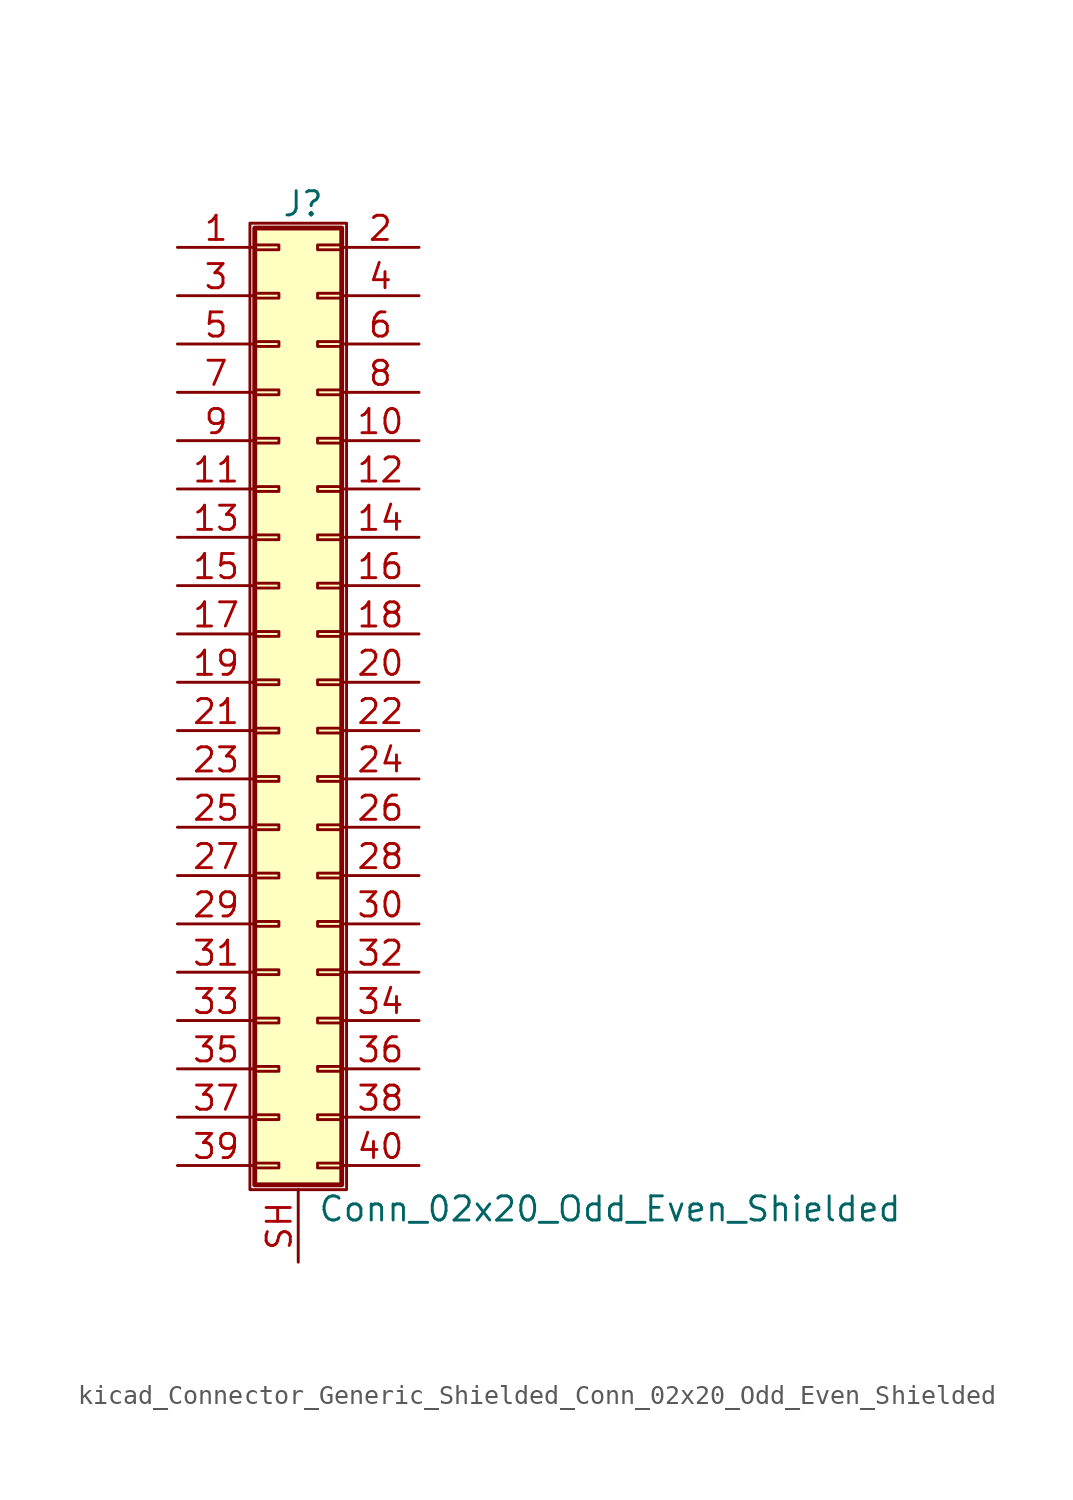
<source format=kicad_sym>
(kicad_symbol_lib
  (version 20220914)
  (generator kicad_symbol_editor)
  (symbol "kicad_Connector_Generic_Shielded_Conn_02x20_Odd_Even_Shielded"
    (pin_names
      (offset 1.016) hide)
    (property "Reference" "J"
      (at 1.524 25.146 0)
      (effects (font (size 1.27 1.27))))
    (property "Value" "Conn_02x20_Odd_Even_Shielded"
      (at 2.286 -27.686 0)
      (effects (font (size 1.27 1.27)) (justify left)))
    (symbol "kicad_Connector_Generic_Shielded_Conn_02x20_Odd_Even_Shielded_1_1"
      (rectangle (start -1.27 24.13) (end 3.81 -26.67) (stroke (width 0.152) (type default)) (fill (type none)))
      (rectangle (start -1.016 -25.273) (end 0.254 -25.527) (stroke (width 0.152) (type default)) (fill (type none)))
      (rectangle (start -1.016 -22.733) (end 0.254 -22.987) (stroke (width 0.152) (type default)) (fill (type none)))
      (rectangle (start -1.016 -20.193) (end 0.254 -20.447) (stroke (width 0.152) (type default)) (fill (type none)))
      (rectangle (start -1.016 -17.653) (end 0.254 -17.907) (stroke (width 0.152) (type default)) (fill (type none)))
      (rectangle (start -1.016 -15.113) (end 0.254 -15.367) (stroke (width 0.152) (type default)) (fill (type none)))
      (rectangle (start -1.016 -12.573) (end 0.254 -12.827) (stroke (width 0.152) (type default)) (fill (type none)))
      (rectangle (start -1.016 -10.033) (end 0.254 -10.287) (stroke (width 0.152) (type default)) (fill (type none)))
      (rectangle (start -1.016 -7.493) (end 0.254 -7.747) (stroke (width 0.152) (type default)) (fill (type none)))
      (rectangle (start -1.016 -4.953) (end 0.254 -5.207) (stroke (width 0.152) (type default)) (fill (type none)))
      (rectangle (start -1.016 -2.413) (end 0.254 -2.667) (stroke (width 0.152) (type default)) (fill (type none)))
      (rectangle (start -1.016 0.127) (end 0.254 -0.127) (stroke (width 0.152) (type default)) (fill (type none)))
      (rectangle (start -1.016 2.667) (end 0.254 2.413) (stroke (width 0.152) (type default)) (fill (type none)))
      (rectangle (start -1.016 5.207) (end 0.254 4.953) (stroke (width 0.152) (type default)) (fill (type none)))
      (rectangle (start -1.016 7.747) (end 0.254 7.493) (stroke (width 0.152) (type default)) (fill (type none)))
      (rectangle (start -1.016 10.287) (end 0.254 10.033) (stroke (width 0.152) (type default)) (fill (type none)))
      (rectangle (start -1.016 12.827) (end 0.254 12.573) (stroke (width 0.152) (type default)) (fill (type none)))
      (rectangle (start -1.016 15.367) (end 0.254 15.113) (stroke (width 0.152) (type default)) (fill (type none)))
      (rectangle (start -1.016 17.907) (end 0.254 17.653) (stroke (width 0.152) (type default)) (fill (type none)))
      (rectangle (start -1.016 20.447) (end 0.254 20.193) (stroke (width 0.152) (type default)) (fill (type none)))
      (rectangle (start -1.016 22.987) (end 0.254 22.733) (stroke (width 0.152) (type default)) (fill (type none)))
      (rectangle (start -1.016 23.876) (end 3.556 -26.416) (stroke (width 0.254) (type default)) (fill (type background)))
      (rectangle (start 3.556 -25.273) (end 2.286 -25.527) (stroke (width 0.152) (type default)) (fill (type none)))
      (rectangle (start 3.556 -22.733) (end 2.286 -22.987) (stroke (width 0.152) (type default)) (fill (type none)))
      (rectangle (start 3.556 -20.193) (end 2.286 -20.447) (stroke (width 0.152) (type default)) (fill (type none)))
      (rectangle (start 3.556 -17.653) (end 2.286 -17.907) (stroke (width 0.152) (type default)) (fill (type none)))
      (rectangle (start 3.556 -15.113) (end 2.286 -15.367) (stroke (width 0.152) (type default)) (fill (type none)))
      (rectangle (start 3.556 -12.573) (end 2.286 -12.827) (stroke (width 0.152) (type default)) (fill (type none)))
      (rectangle (start 3.556 -10.033) (end 2.286 -10.287) (stroke (width 0.152) (type default)) (fill (type none)))
      (rectangle (start 3.556 -7.493) (end 2.286 -7.747) (stroke (width 0.152) (type default)) (fill (type none)))
      (rectangle (start 3.556 -4.953) (end 2.286 -5.207) (stroke (width 0.152) (type default)) (fill (type none)))
      (rectangle (start 3.556 -2.413) (end 2.286 -2.667) (stroke (width 0.152) (type default)) (fill (type none)))
      (rectangle (start 3.556 0.127) (end 2.286 -0.127) (stroke (width 0.152) (type default)) (fill (type none)))
      (rectangle (start 3.556 2.667) (end 2.286 2.413) (stroke (width 0.152) (type default)) (fill (type none)))
      (rectangle (start 3.556 5.207) (end 2.286 4.953) (stroke (width 0.152) (type default)) (fill (type none)))
      (rectangle (start 3.556 7.747) (end 2.286 7.493) (stroke (width 0.152) (type default)) (fill (type none)))
      (rectangle (start 3.556 10.287) (end 2.286 10.033) (stroke (width 0.152) (type default)) (fill (type none)))
      (rectangle (start 3.556 12.827) (end 2.286 12.573) (stroke (width 0.152) (type default)) (fill (type none)))
      (rectangle (start 3.556 15.367) (end 2.286 15.113) (stroke (width 0.152) (type default)) (fill (type none)))
      (rectangle (start 3.556 17.907) (end 2.286 17.653) (stroke (width 0.152) (type default)) (fill (type none)))
      (rectangle (start 3.556 20.447) (end 2.286 20.193) (stroke (width 0.152) (type default)) (fill (type none)))
      (rectangle (start 3.556 22.987) (end 2.286 22.733) (stroke (width 0.152) (type default)) (fill (type none)))
      (pin passive line (at -5.08 22.86 0) (length 4.064) (name "Pin_1" (effects (font (size 1.27 1.27)))) (number "1" (effects (font (size 1.27 1.27)))))
      (pin passive line (at 7.62 12.7 180) (length 4.064) (name "Pin_10" (effects (font (size 1.27 1.27)))) (number "10" (effects (font (size 1.27 1.27)))))
      (pin passive line (at -5.08 10.16 0) (length 4.064) (name "Pin_11" (effects (font (size 1.27 1.27)))) (number "11" (effects (font (size 1.27 1.27)))))
      (pin passive line (at 7.62 10.16 180) (length 4.064) (name "Pin_12" (effects (font (size 1.27 1.27)))) (number "12" (effects (font (size 1.27 1.27)))))
      (pin passive line (at -5.08 7.62 0) (length 4.064) (name "Pin_13" (effects (font (size 1.27 1.27)))) (number "13" (effects (font (size 1.27 1.27)))))
      (pin passive line (at 7.62 7.62 180) (length 4.064) (name "Pin_14" (effects (font (size 1.27 1.27)))) (number "14" (effects (font (size 1.27 1.27)))))
      (pin passive line (at -5.08 5.08 0) (length 4.064) (name "Pin_15" (effects (font (size 1.27 1.27)))) (number "15" (effects (font (size 1.27 1.27)))))
      (pin passive line (at 7.62 5.08 180) (length 4.064) (name "Pin_16" (effects (font (size 1.27 1.27)))) (number "16" (effects (font (size 1.27 1.27)))))
      (pin passive line (at -5.08 2.54 0) (length 4.064) (name "Pin_17" (effects (font (size 1.27 1.27)))) (number "17" (effects (font (size 1.27 1.27)))))
      (pin passive line (at 7.62 2.54 180) (length 4.064) (name "Pin_18" (effects (font (size 1.27 1.27)))) (number "18" (effects (font (size 1.27 1.27)))))
      (pin passive line (at -5.08 0 0) (length 4.064) (name "Pin_19" (effects (font (size 1.27 1.27)))) (number "19" (effects (font (size 1.27 1.27)))))
      (pin passive line (at 7.62 22.86 180) (length 4.064) (name "Pin_2" (effects (font (size 1.27 1.27)))) (number "2" (effects (font (size 1.27 1.27)))))
      (pin passive line (at 7.62 0 180) (length 4.064) (name "Pin_20" (effects (font (size 1.27 1.27)))) (number "20" (effects (font (size 1.27 1.27)))))
      (pin passive line (at -5.08 -2.54 0) (length 4.064) (name "Pin_21" (effects (font (size 1.27 1.27)))) (number "21" (effects (font (size 1.27 1.27)))))
      (pin passive line (at 7.62 -2.54 180) (length 4.064) (name "Pin_22" (effects (font (size 1.27 1.27)))) (number "22" (effects (font (size 1.27 1.27)))))
      (pin passive line (at -5.08 -5.08 0) (length 4.064) (name "Pin_23" (effects (font (size 1.27 1.27)))) (number "23" (effects (font (size 1.27 1.27)))))
      (pin passive line (at 7.62 -5.08 180) (length 4.064) (name "Pin_24" (effects (font (size 1.27 1.27)))) (number "24" (effects (font (size 1.27 1.27)))))
      (pin passive line (at -5.08 -7.62 0) (length 4.064) (name "Pin_25" (effects (font (size 1.27 1.27)))) (number "25" (effects (font (size 1.27 1.27)))))
      (pin passive line (at 7.62 -7.62 180) (length 4.064) (name "Pin_26" (effects (font (size 1.27 1.27)))) (number "26" (effects (font (size 1.27 1.27)))))
      (pin passive line (at -5.08 -10.16 0) (length 4.064) (name "Pin_27" (effects (font (size 1.27 1.27)))) (number "27" (effects (font (size 1.27 1.27)))))
      (pin passive line (at 7.62 -10.16 180) (length 4.064) (name "Pin_28" (effects (font (size 1.27 1.27)))) (number "28" (effects (font (size 1.27 1.27)))))
      (pin passive line (at -5.08 -12.7 0) (length 4.064) (name "Pin_29" (effects (font (size 1.27 1.27)))) (number "29" (effects (font (size 1.27 1.27)))))
      (pin passive line (at -5.08 20.32 0) (length 4.064) (name "Pin_3" (effects (font (size 1.27 1.27)))) (number "3" (effects (font (size 1.27 1.27)))))
      (pin passive line (at 7.62 -12.7 180) (length 4.064) (name "Pin_30" (effects (font (size 1.27 1.27)))) (number "30" (effects (font (size 1.27 1.27)))))
      (pin passive line (at -5.08 -15.24 0) (length 4.064) (name "Pin_31" (effects (font (size 1.27 1.27)))) (number "31" (effects (font (size 1.27 1.27)))))
      (pin passive line (at 7.62 -15.24 180) (length 4.064) (name "Pin_32" (effects (font (size 1.27 1.27)))) (number "32" (effects (font (size 1.27 1.27)))))
      (pin passive line (at -5.08 -17.78 0) (length 4.064) (name "Pin_33" (effects (font (size 1.27 1.27)))) (number "33" (effects (font (size 1.27 1.27)))))
      (pin passive line (at 7.62 -17.78 180) (length 4.064) (name "Pin_34" (effects (font (size 1.27 1.27)))) (number "34" (effects (font (size 1.27 1.27)))))
      (pin passive line (at -5.08 -20.32 0) (length 4.064) (name "Pin_35" (effects (font (size 1.27 1.27)))) (number "35" (effects (font (size 1.27 1.27)))))
      (pin passive line (at 7.62 -20.32 180) (length 4.064) (name "Pin_36" (effects (font (size 1.27 1.27)))) (number "36" (effects (font (size 1.27 1.27)))))
      (pin passive line (at -5.08 -22.86 0) (length 4.064) (name "Pin_37" (effects (font (size 1.27 1.27)))) (number "37" (effects (font (size 1.27 1.27)))))
      (pin passive line (at 7.62 -22.86 180) (length 4.064) (name "Pin_38" (effects (font (size 1.27 1.27)))) (number "38" (effects (font (size 1.27 1.27)))))
      (pin passive line (at -5.08 -25.4 0) (length 4.064) (name "Pin_39" (effects (font (size 1.27 1.27)))) (number "39" (effects (font (size 1.27 1.27)))))
      (pin passive line (at 7.62 20.32 180) (length 4.064) (name "Pin_4" (effects (font (size 1.27 1.27)))) (number "4" (effects (font (size 1.27 1.27)))))
      (pin passive line (at 7.62 -25.4 180) (length 4.064) (name "Pin_40" (effects (font (size 1.27 1.27)))) (number "40" (effects (font (size 1.27 1.27)))))
      (pin passive line (at -5.08 17.78 0) (length 4.064) (name "Pin_5" (effects (font (size 1.27 1.27)))) (number "5" (effects (font (size 1.27 1.27)))))
      (pin passive line (at 7.62 17.78 180) (length 4.064) (name "Pin_6" (effects (font (size 1.27 1.27)))) (number "6" (effects (font (size 1.27 1.27)))))
      (pin passive line (at -5.08 15.24 0) (length 4.064) (name "Pin_7" (effects (font (size 1.27 1.27)))) (number "7" (effects (font (size 1.27 1.27)))))
      (pin passive line (at 7.62 15.24 180) (length 4.064) (name "Pin_8" (effects (font (size 1.27 1.27)))) (number "8" (effects (font (size 1.27 1.27)))))
      (pin passive line (at -5.08 12.7 0) (length 4.064) (name "Pin_9" (effects (font (size 1.27 1.27)))) (number "9" (effects (font (size 1.27 1.27)))))
      (pin passive line (at 1.27 -30.48 90) (length 3.81) (name "Shield" (effects (font (size 1.27 1.27)))) (number "SH" (effects (font (size 1.27 1.27))))))))
</source>
